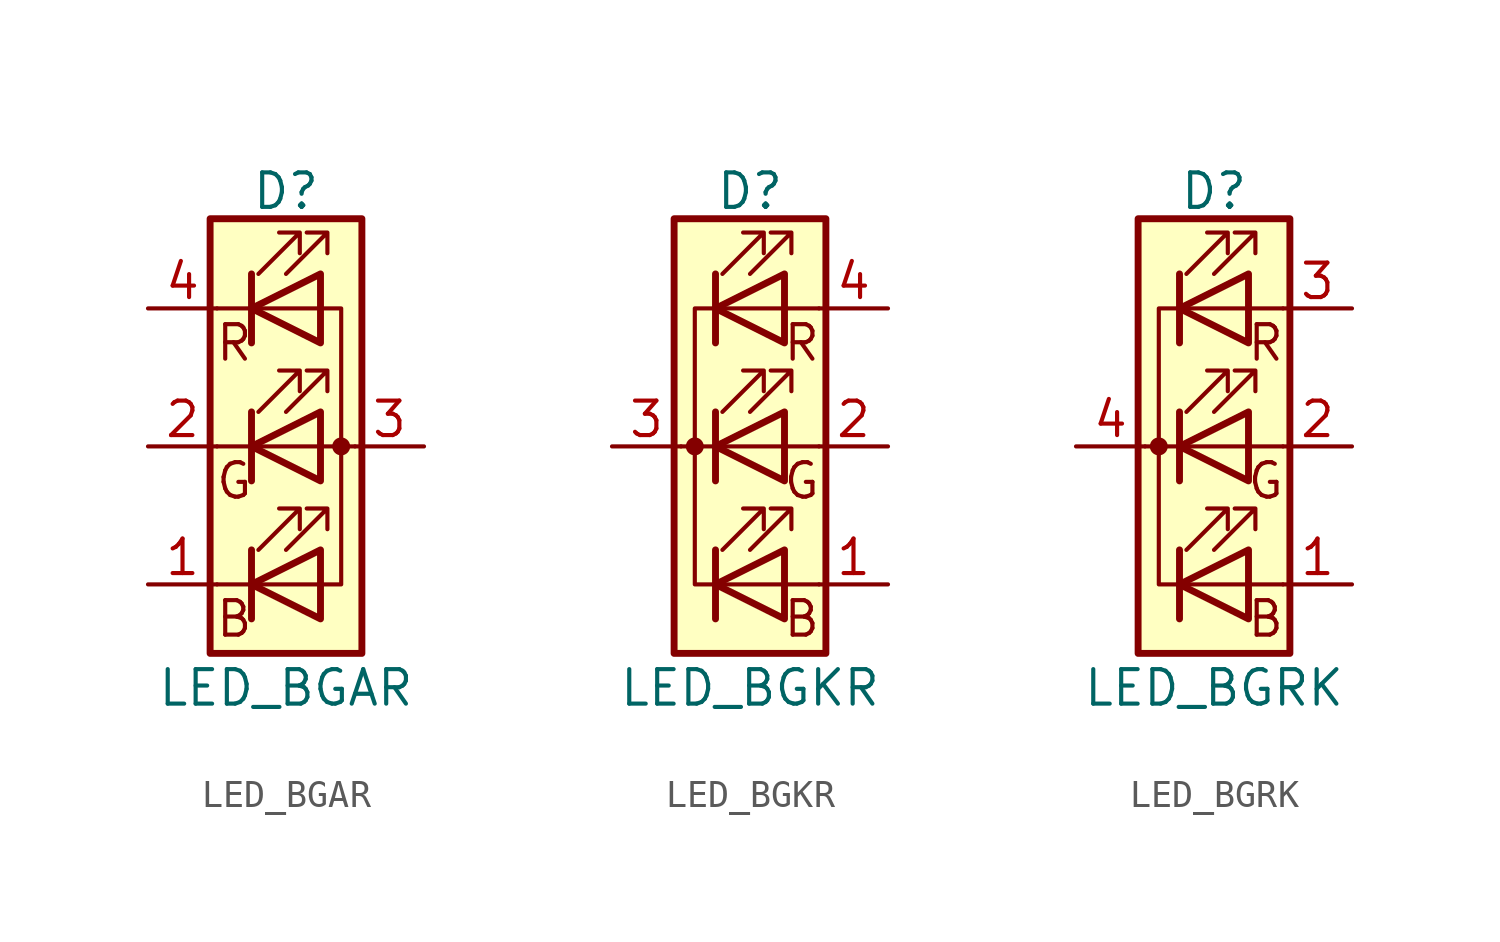
<source format=kicad_sym>
(kicad_symbol_lib
  (version 20211014)
  (generator kicad_symbol_editor)
  (symbol "LED_BGAR"
    (pin_names
      (offset 0) hide)
    (property "Reference" "D"
      (at 0 9.398 0)
      (effects (font (size 1.27 1.27))))
    (property "Value" "LED_BGAR"
      (at 0 -8.89 0)
      (effects (font (size 1.27 1.27))))
    (symbol "LED_BGAR_0_0"
      (text "B" (at -1.905 -6.35 0) (effects (font (size 1.27 1.27))))
      (text "G" (at -1.905 -1.27 0) (effects (font (size 1.27 1.27))))
      (text "R" (at -1.905 3.81 0) (effects (font (size 1.27 1.27)))))
    (symbol "LED_BGAR_0_1"
      (polyline (pts (xy -1.27 -5.08) (xy -2.54 -5.08)) (stroke (width 0) (type default) (color 0 0 0 0)) (fill (type none)))
      (polyline (pts (xy -1.27 -5.08) (xy 1.27 -5.08)) (stroke (width 0) (type default) (color 0 0 0 0)) (fill (type none)))
      (polyline (pts (xy -1.27 -3.81) (xy -1.27 -6.35)) (stroke (width 0.254) (type default) (color 0 0 0 0)) (fill (type none)))
      (polyline (pts (xy -1.27 0) (xy -2.54 0)) (stroke (width 0) (type default) (color 0 0 0 0)) (fill (type none)))
      (polyline (pts (xy -1.27 1.27) (xy -1.27 -1.27)) (stroke (width 0.254) (type default) (color 0 0 0 0)) (fill (type none)))
      (polyline (pts (xy -1.27 5.08) (xy -2.54 5.08)) (stroke (width 0) (type default) (color 0 0 0 0)) (fill (type none)))
      (polyline (pts (xy -1.27 5.08) (xy 1.27 5.08)) (stroke (width 0) (type default) (color 0 0 0 0)) (fill (type none)))
      (polyline (pts (xy -1.27 6.35) (xy -1.27 3.81)) (stroke (width 0.254) (type default) (color 0 0 0 0)) (fill (type none)))
      (polyline (pts (xy 1.27 0) (xy -1.27 0)) (stroke (width 0) (type default) (color 0 0 0 0)) (fill (type none)))
      (polyline (pts (xy 1.27 0) (xy 2.54 0)) (stroke (width 0) (type default) (color 0 0 0 0)) (fill (type none)))
      (polyline (pts (xy -1.27 1.27) (xy -1.27 -1.27) (xy -1.27 -1.27)) (stroke (width 0) (type default) (color 0 0 0 0)) (fill (type none)))
      (polyline (pts (xy -1.27 6.35) (xy -1.27 3.81) (xy -1.27 3.81)) (stroke (width 0) (type default) (color 0 0 0 0)) (fill (type none)))
      (polyline (pts (xy 1.27 -5.08) (xy 2.032 -5.08) (xy 2.032 5.08) (xy 1.27 5.08)) (stroke (width 0) (type default) (color 0 0 0 0)) (fill (type none)))
      (polyline (pts (xy 1.27 -3.81) (xy 1.27 -6.35) (xy -1.27 -5.08) (xy 1.27 -3.81)) (stroke (width 0.254) (type default) (color 0 0 0 0)) (fill (type none)))
      (polyline (pts (xy 1.27 1.27) (xy 1.27 -1.27) (xy -1.27 0) (xy 1.27 1.27)) (stroke (width 0.254) (type default) (color 0 0 0 0)) (fill (type none)))
      (polyline (pts (xy 1.27 6.35) (xy 1.27 3.81) (xy -1.27 5.08) (xy 1.27 6.35)) (stroke (width 0.254) (type default) (color 0 0 0 0)) (fill (type none)))
      (polyline (pts (xy -1.016 -3.81) (xy 0.508 -2.286) (xy -0.254 -2.286) (xy 0.508 -2.286) (xy 0.508 -3.048)) (stroke (width 0) (type default) (color 0 0 0 0)) (fill (type none)))
      (polyline (pts (xy -1.016 1.27) (xy 0.508 2.794) (xy -0.254 2.794) (xy 0.508 2.794) (xy 0.508 2.032)) (stroke (width 0) (type default) (color 0 0 0 0)) (fill (type none)))
      (polyline (pts (xy -1.016 6.35) (xy 0.508 7.874) (xy -0.254 7.874) (xy 0.508 7.874) (xy 0.508 7.112)) (stroke (width 0) (type default) (color 0 0 0 0)) (fill (type none)))
      (polyline (pts (xy 0 -3.81) (xy 1.524 -2.286) (xy 0.762 -2.286) (xy 1.524 -2.286) (xy 1.524 -3.048)) (stroke (width 0) (type default) (color 0 0 0 0)) (fill (type none)))
      (polyline (pts (xy 0 1.27) (xy 1.524 2.794) (xy 0.762 2.794) (xy 1.524 2.794) (xy 1.524 2.032)) (stroke (width 0) (type default) (color 0 0 0 0)) (fill (type none)))
      (polyline (pts (xy 0 6.35) (xy 1.524 7.874) (xy 0.762 7.874) (xy 1.524 7.874) (xy 1.524 7.112)) (stroke (width 0) (type default) (color 0 0 0 0)) (fill (type none)))
      (rectangle (start 1.27 -1.27) (end 1.27 1.27) (stroke (width 0) (type default) (color 0 0 0 0)) (fill (type none)))
      (rectangle (start 1.27 1.27) (end 1.27 1.27) (stroke (width 0) (type default) (color 0 0 0 0)) (fill (type none)))
      (rectangle (start 1.27 3.81) (end 1.27 6.35) (stroke (width 0) (type default) (color 0 0 0 0)) (fill (type none)))
      (rectangle (start 1.27 6.35) (end 1.27 6.35) (stroke (width 0) (type default) (color 0 0 0 0)) (fill (type none)))
      (circle (center 2.032 0) (radius 0.254) (stroke (width 0) (type default) (color 0 0 0 0)) (fill (type outline)))
      (rectangle (start 2.794 8.382) (end -2.794 -7.62) (stroke (width 0.254) (type default) (color 0 0 0 0)) (fill (type background))))
    (symbol "LED_BGAR_1_1"
      (pin passive line (at -5.08 -5.08 0) (length 2.54) (name "BK" (effects (font (size 1.27 1.27)))) (number "1" (effects (font (size 1.27 1.27)))))
      (pin passive line (at -5.08 0 0) (length 2.54) (name "GK" (effects (font (size 1.27 1.27)))) (number "2" (effects (font (size 1.27 1.27)))))
      (pin passive line (at 5.08 0 180) (length 2.54) (name "A" (effects (font (size 1.27 1.27)))) (number "3" (effects (font (size 1.27 1.27)))))
      (pin passive line (at -5.08 5.08 0) (length 2.54) (name "RK" (effects (font (size 1.27 1.27)))) (number "4" (effects (font (size 1.27 1.27)))))))
  (symbol "LED_BGKR"
    (pin_names
      (offset 0) hide)
    (property "Reference" "D"
      (at 0 9.398 0)
      (effects (font (size 1.27 1.27))))
    (property "Value" "LED_BGKR"
      (at 0 -8.89 0)
      (effects (font (size 1.27 1.27))))
    (symbol "LED_BGKR_0_0"
      (text "B" (at 1.905 -6.35 0) (effects (font (size 1.27 1.27))))
      (text "G" (at 1.905 -1.27 0) (effects (font (size 1.27 1.27))))
      (text "R" (at 1.905 3.81 0) (effects (font (size 1.27 1.27)))))
    (symbol "LED_BGKR_0_1"
      (circle (center -2.032 0) (radius 0.254) (stroke (width 0) (type default) (color 0 0 0 0)) (fill (type outline)))
      (polyline (pts (xy -1.27 -5.08) (xy 1.27 -5.08)) (stroke (width 0) (type default) (color 0 0 0 0)) (fill (type none)))
      (polyline (pts (xy -1.27 -3.81) (xy -1.27 -6.35)) (stroke (width 0.254) (type default) (color 0 0 0 0)) (fill (type none)))
      (polyline (pts (xy -1.27 0) (xy -2.54 0)) (stroke (width 0) (type default) (color 0 0 0 0)) (fill (type none)))
      (polyline (pts (xy -1.27 1.27) (xy -1.27 -1.27)) (stroke (width 0.254) (type default) (color 0 0 0 0)) (fill (type none)))
      (polyline (pts (xy -1.27 5.08) (xy 1.27 5.08)) (stroke (width 0) (type default) (color 0 0 0 0)) (fill (type none)))
      (polyline (pts (xy -1.27 6.35) (xy -1.27 3.81)) (stroke (width 0.254) (type default) (color 0 0 0 0)) (fill (type none)))
      (polyline (pts (xy 1.27 -5.08) (xy 2.54 -5.08)) (stroke (width 0) (type default) (color 0 0 0 0)) (fill (type none)))
      (polyline (pts (xy 1.27 0) (xy -1.27 0)) (stroke (width 0) (type default) (color 0 0 0 0)) (fill (type none)))
      (polyline (pts (xy 1.27 0) (xy 2.54 0)) (stroke (width 0) (type default) (color 0 0 0 0)) (fill (type none)))
      (polyline (pts (xy 1.27 5.08) (xy 2.54 5.08)) (stroke (width 0) (type default) (color 0 0 0 0)) (fill (type none)))
      (polyline (pts (xy -1.27 1.27) (xy -1.27 -1.27) (xy -1.27 -1.27)) (stroke (width 0) (type default) (color 0 0 0 0)) (fill (type none)))
      (polyline (pts (xy -1.27 6.35) (xy -1.27 3.81) (xy -1.27 3.81)) (stroke (width 0) (type default) (color 0 0 0 0)) (fill (type none)))
      (polyline (pts (xy -1.27 5.08) (xy -2.032 5.08) (xy -2.032 -5.08) (xy -1.016 -5.08)) (stroke (width 0) (type default) (color 0 0 0 0)) (fill (type none)))
      (polyline (pts (xy 1.27 -3.81) (xy 1.27 -6.35) (xy -1.27 -5.08) (xy 1.27 -3.81)) (stroke (width 0.254) (type default) (color 0 0 0 0)) (fill (type none)))
      (polyline (pts (xy 1.27 1.27) (xy 1.27 -1.27) (xy -1.27 0) (xy 1.27 1.27)) (stroke (width 0.254) (type default) (color 0 0 0 0)) (fill (type none)))
      (polyline (pts (xy 1.27 6.35) (xy 1.27 3.81) (xy -1.27 5.08) (xy 1.27 6.35)) (stroke (width 0.254) (type default) (color 0 0 0 0)) (fill (type none)))
      (polyline (pts (xy -1.016 -3.81) (xy 0.508 -2.286) (xy -0.254 -2.286) (xy 0.508 -2.286) (xy 0.508 -3.048)) (stroke (width 0) (type default) (color 0 0 0 0)) (fill (type none)))
      (polyline (pts (xy -1.016 1.27) (xy 0.508 2.794) (xy -0.254 2.794) (xy 0.508 2.794) (xy 0.508 2.032)) (stroke (width 0) (type default) (color 0 0 0 0)) (fill (type none)))
      (polyline (pts (xy -1.016 6.35) (xy 0.508 7.874) (xy -0.254 7.874) (xy 0.508 7.874) (xy 0.508 7.112)) (stroke (width 0) (type default) (color 0 0 0 0)) (fill (type none)))
      (polyline (pts (xy 0 -3.81) (xy 1.524 -2.286) (xy 0.762 -2.286) (xy 1.524 -2.286) (xy 1.524 -3.048)) (stroke (width 0) (type default) (color 0 0 0 0)) (fill (type none)))
      (polyline (pts (xy 0 1.27) (xy 1.524 2.794) (xy 0.762 2.794) (xy 1.524 2.794) (xy 1.524 2.032)) (stroke (width 0) (type default) (color 0 0 0 0)) (fill (type none)))
      (polyline (pts (xy 0 6.35) (xy 1.524 7.874) (xy 0.762 7.874) (xy 1.524 7.874) (xy 1.524 7.112)) (stroke (width 0) (type default) (color 0 0 0 0)) (fill (type none)))
      (rectangle (start 1.27 -1.27) (end 1.27 1.27) (stroke (width 0) (type default) (color 0 0 0 0)) (fill (type none)))
      (rectangle (start 1.27 1.27) (end 1.27 1.27) (stroke (width 0) (type default) (color 0 0 0 0)) (fill (type none)))
      (rectangle (start 1.27 3.81) (end 1.27 6.35) (stroke (width 0) (type default) (color 0 0 0 0)) (fill (type none)))
      (rectangle (start 1.27 6.35) (end 1.27 6.35) (stroke (width 0) (type default) (color 0 0 0 0)) (fill (type none)))
      (rectangle (start 2.794 8.382) (end -2.794 -7.62) (stroke (width 0.254) (type default) (color 0 0 0 0)) (fill (type background))))
    (symbol "LED_BGKR_1_1"
      (pin passive line (at 5.08 -5.08 180) (length 2.54) (name "BA" (effects (font (size 1.27 1.27)))) (number "1" (effects (font (size 1.27 1.27)))))
      (pin passive line (at 5.08 0 180) (length 2.54) (name "GA" (effects (font (size 1.27 1.27)))) (number "2" (effects (font (size 1.27 1.27)))))
      (pin passive line (at -5.08 0 0) (length 2.54) (name "K" (effects (font (size 1.27 1.27)))) (number "3" (effects (font (size 1.27 1.27)))))
      (pin passive line (at 5.08 5.08 180) (length 2.54) (name "RA" (effects (font (size 1.27 1.27)))) (number "4" (effects (font (size 1.27 1.27)))))))
  (symbol "LED_BGRK"
    (pin_names
      (offset 0) hide)
    (property "Reference" "D"
      (at 0 9.398 0)
      (effects (font (size 1.27 1.27))))
    (property "Value" "LED_BGRK"
      (at 0 -8.89 0)
      (effects (font (size 1.27 1.27))))
    (symbol "LED_BGRK_0_0"
      (text "B" (at 1.905 -6.35 0) (effects (font (size 1.27 1.27))))
      (text "G" (at 1.905 -1.27 0) (effects (font (size 1.27 1.27))))
      (text "R" (at 1.905 3.81 0) (effects (font (size 1.27 1.27)))))
    (symbol "LED_BGRK_0_1"
      (circle (center -2.032 0) (radius 0.254) (stroke (width 0) (type default) (color 0 0 0 0)) (fill (type outline)))
      (polyline (pts (xy -1.27 -5.08) (xy 1.27 -5.08)) (stroke (width 0) (type default) (color 0 0 0 0)) (fill (type none)))
      (polyline (pts (xy -1.27 -3.81) (xy -1.27 -6.35)) (stroke (width 0.254) (type default) (color 0 0 0 0)) (fill (type none)))
      (polyline (pts (xy -1.27 0) (xy -2.54 0)) (stroke (width 0) (type default) (color 0 0 0 0)) (fill (type none)))
      (polyline (pts (xy -1.27 1.27) (xy -1.27 -1.27)) (stroke (width 0.254) (type default) (color 0 0 0 0)) (fill (type none)))
      (polyline (pts (xy -1.27 5.08) (xy 1.27 5.08)) (stroke (width 0) (type default) (color 0 0 0 0)) (fill (type none)))
      (polyline (pts (xy -1.27 6.35) (xy -1.27 3.81)) (stroke (width 0.254) (type default) (color 0 0 0 0)) (fill (type none)))
      (polyline (pts (xy 1.27 -5.08) (xy 2.54 -5.08)) (stroke (width 0) (type default) (color 0 0 0 0)) (fill (type none)))
      (polyline (pts (xy 1.27 0) (xy -1.27 0)) (stroke (width 0) (type default) (color 0 0 0 0)) (fill (type none)))
      (polyline (pts (xy 1.27 0) (xy 2.54 0)) (stroke (width 0) (type default) (color 0 0 0 0)) (fill (type none)))
      (polyline (pts (xy 1.27 5.08) (xy 2.54 5.08)) (stroke (width 0) (type default) (color 0 0 0 0)) (fill (type none)))
      (polyline (pts (xy -1.27 1.27) (xy -1.27 -1.27) (xy -1.27 -1.27)) (stroke (width 0) (type default) (color 0 0 0 0)) (fill (type none)))
      (polyline (pts (xy -1.27 6.35) (xy -1.27 3.81) (xy -1.27 3.81)) (stroke (width 0) (type default) (color 0 0 0 0)) (fill (type none)))
      (polyline (pts (xy -1.27 5.08) (xy -2.032 5.08) (xy -2.032 -5.08) (xy -1.016 -5.08)) (stroke (width 0) (type default) (color 0 0 0 0)) (fill (type none)))
      (polyline (pts (xy 1.27 -3.81) (xy 1.27 -6.35) (xy -1.27 -5.08) (xy 1.27 -3.81)) (stroke (width 0.254) (type default) (color 0 0 0 0)) (fill (type none)))
      (polyline (pts (xy 1.27 1.27) (xy 1.27 -1.27) (xy -1.27 0) (xy 1.27 1.27)) (stroke (width 0.254) (type default) (color 0 0 0 0)) (fill (type none)))
      (polyline (pts (xy 1.27 6.35) (xy 1.27 3.81) (xy -1.27 5.08) (xy 1.27 6.35)) (stroke (width 0.254) (type default) (color 0 0 0 0)) (fill (type none)))
      (polyline (pts (xy -1.016 -3.81) (xy 0.508 -2.286) (xy -0.254 -2.286) (xy 0.508 -2.286) (xy 0.508 -3.048)) (stroke (width 0) (type default) (color 0 0 0 0)) (fill (type none)))
      (polyline (pts (xy -1.016 1.27) (xy 0.508 2.794) (xy -0.254 2.794) (xy 0.508 2.794) (xy 0.508 2.032)) (stroke (width 0) (type default) (color 0 0 0 0)) (fill (type none)))
      (polyline (pts (xy -1.016 6.35) (xy 0.508 7.874) (xy -0.254 7.874) (xy 0.508 7.874) (xy 0.508 7.112)) (stroke (width 0) (type default) (color 0 0 0 0)) (fill (type none)))
      (polyline (pts (xy 0 -3.81) (xy 1.524 -2.286) (xy 0.762 -2.286) (xy 1.524 -2.286) (xy 1.524 -3.048)) (stroke (width 0) (type default) (color 0 0 0 0)) (fill (type none)))
      (polyline (pts (xy 0 1.27) (xy 1.524 2.794) (xy 0.762 2.794) (xy 1.524 2.794) (xy 1.524 2.032)) (stroke (width 0) (type default) (color 0 0 0 0)) (fill (type none)))
      (polyline (pts (xy 0 6.35) (xy 1.524 7.874) (xy 0.762 7.874) (xy 1.524 7.874) (xy 1.524 7.112)) (stroke (width 0) (type default) (color 0 0 0 0)) (fill (type none)))
      (rectangle (start 1.27 -1.27) (end 1.27 1.27) (stroke (width 0) (type default) (color 0 0 0 0)) (fill (type none)))
      (rectangle (start 1.27 1.27) (end 1.27 1.27) (stroke (width 0) (type default) (color 0 0 0 0)) (fill (type none)))
      (rectangle (start 1.27 3.81) (end 1.27 6.35) (stroke (width 0) (type default) (color 0 0 0 0)) (fill (type none)))
      (rectangle (start 1.27 6.35) (end 1.27 6.35) (stroke (width 0) (type default) (color 0 0 0 0)) (fill (type none)))
      (rectangle (start 2.794 8.382) (end -2.794 -7.62) (stroke (width 0.254) (type default) (color 0 0 0 0)) (fill (type background))))
    (symbol "LED_BGRK_1_1"
      (pin passive line (at 5.08 -5.08 180) (length 2.54) (name "BA" (effects (font (size 1.27 1.27)))) (number "1" (effects (font (size 1.27 1.27)))))
      (pin passive line (at 5.08 0 180) (length 2.54) (name "GA" (effects (font (size 1.27 1.27)))) (number "2" (effects (font (size 1.27 1.27)))))
      (pin passive line (at 5.08 5.08 180) (length 2.54) (name "RA" (effects (font (size 1.27 1.27)))) (number "3" (effects (font (size 1.27 1.27)))))
      (pin passive line (at -5.08 0 0) (length 2.54) (name "K" (effects (font (size 1.27 1.27)))) (number "4" (effects (font (size 1.27 1.27))))))))
</source>
